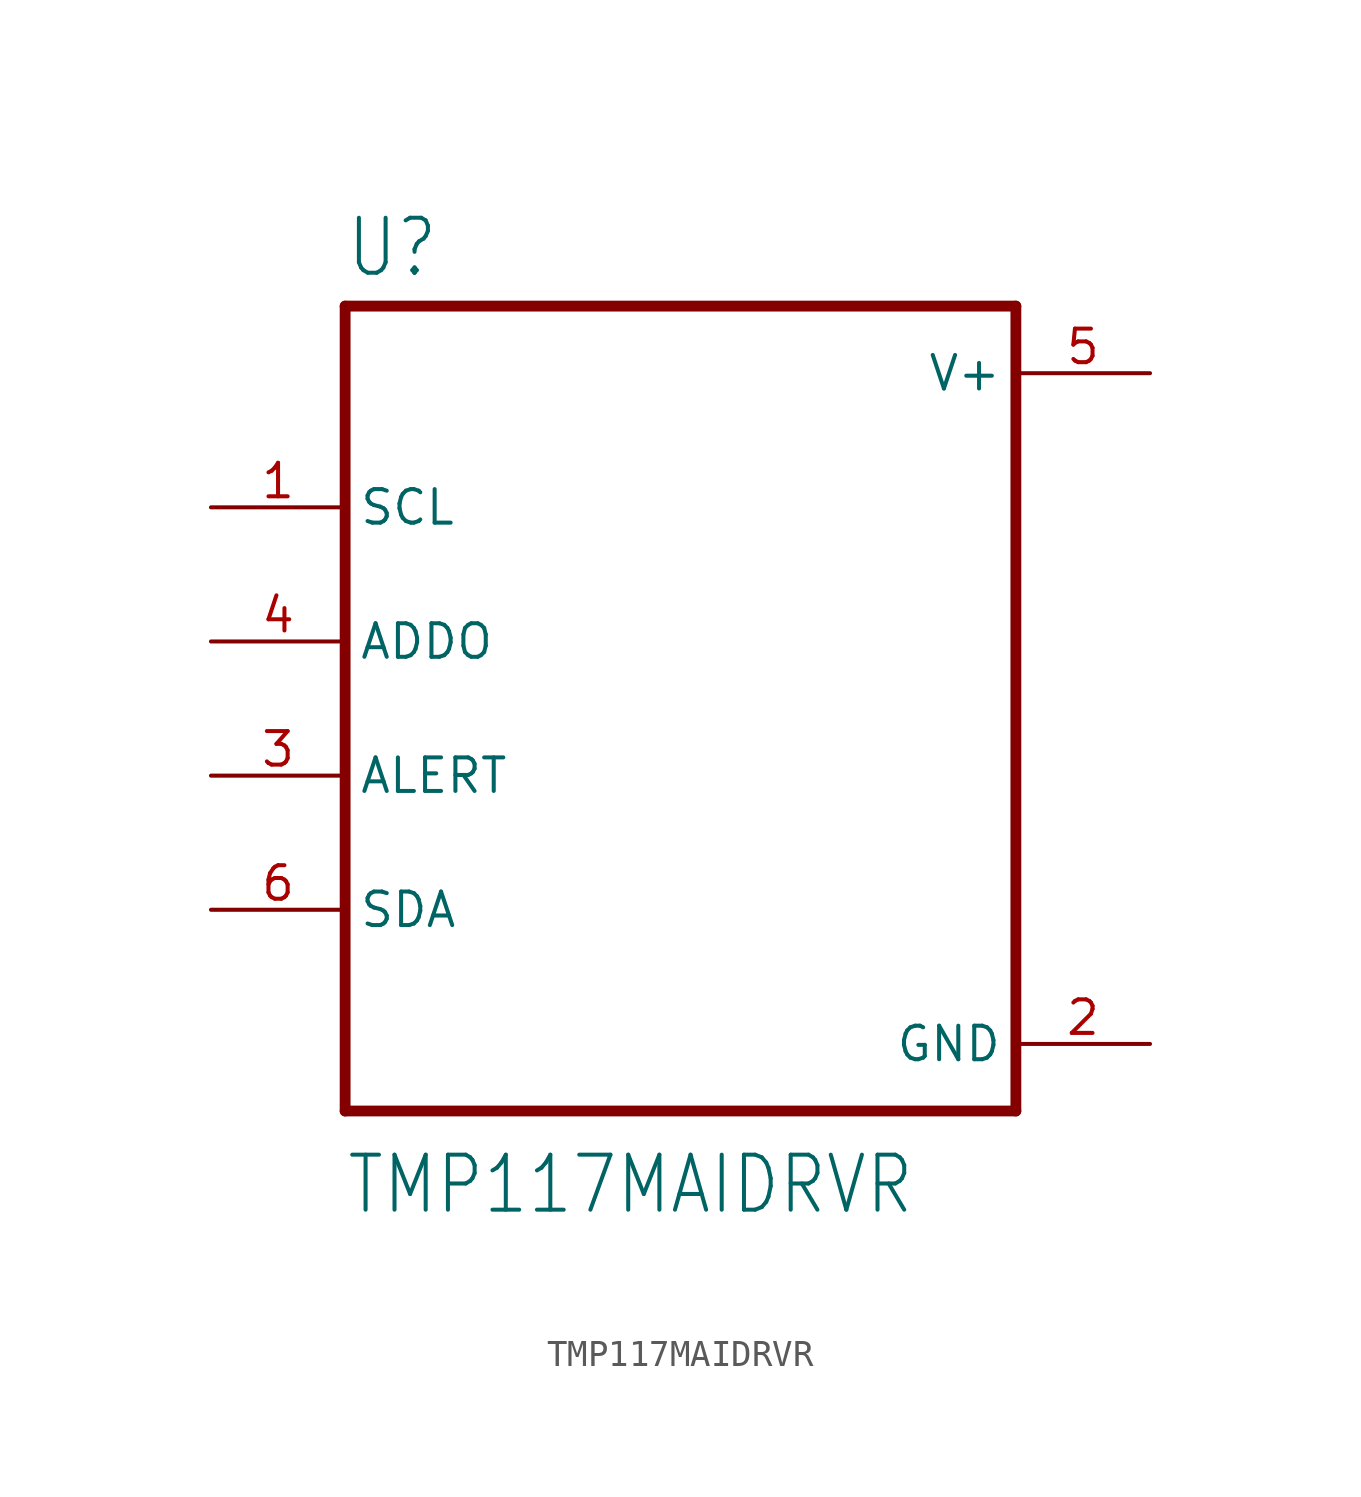
<source format=kicad_sym>
(kicad_symbol_lib
  (version 20211014)
  (generator kicad_symbol_editor)
  (symbol "TMP117MAIDRVR"
    (property "Reference" "U"
      (at -12.7 16.24 0)
      (effects (font (size 2.083 1.77)) (justify left bottom)))
    (property "Value" "TMP117MAIDRVR"
      (at -12.7 -19.24 0)
      (effects (font (size 2.083 1.77)) (justify left bottom)))
    (property "ki_locked" ""
      (at 0 0 0)
      (effects (font (size 1.27 1.27))))
    (symbol "TMP117MAIDRVR_1_0"
      (polyline (pts (xy -12.7 -15.24) (xy -12.7 15.24)) (stroke (width 0.41) (type default) (color 0 0 0 0)) (fill (type none)))
      (polyline (pts (xy -12.7 15.24) (xy 12.7 15.24)) (stroke (width 0.41) (type default) (color 0 0 0 0)) (fill (type none)))
      (polyline (pts (xy 12.7 -15.24) (xy -12.7 -15.24)) (stroke (width 0.41) (type default) (color 0 0 0 0)) (fill (type none)))
      (polyline (pts (xy 12.7 15.24) (xy 12.7 -15.24)) (stroke (width 0.41) (type default) (color 0 0 0 0)) (fill (type none)))
      (pin input line (at -17.78 7.62 0) (length 5.08) (name "SCL" (effects (font (size 1.27 1.27)))) (number "1" (effects (font (size 1.27 1.27)))))
      (pin power_in line (at 17.78 -12.7 180) (length 5.08) (name "GND" (effects (font (size 1.27 1.27)))) (number "2" (effects (font (size 1.27 1.27)))))
      (pin bidirectional line (at -17.78 -2.54 0) (length 5.08) (name "ALERT" (effects (font (size 1.27 1.27)))) (number "3" (effects (font (size 1.27 1.27)))))
      (pin bidirectional line (at -17.78 2.54 0) (length 5.08) (name "ADDO" (effects (font (size 1.27 1.27)))) (number "4" (effects (font (size 1.27 1.27)))))
      (pin power_in line (at 17.78 12.7 180) (length 5.08) (name "V+" (effects (font (size 1.27 1.27)))) (number "5" (effects (font (size 1.27 1.27)))))
      (pin bidirectional line (at -17.78 -7.62 0) (length 5.08) (name "SDA" (effects (font (size 1.27 1.27)))) (number "6" (effects (font (size 1.27 1.27))))))))
</source>
